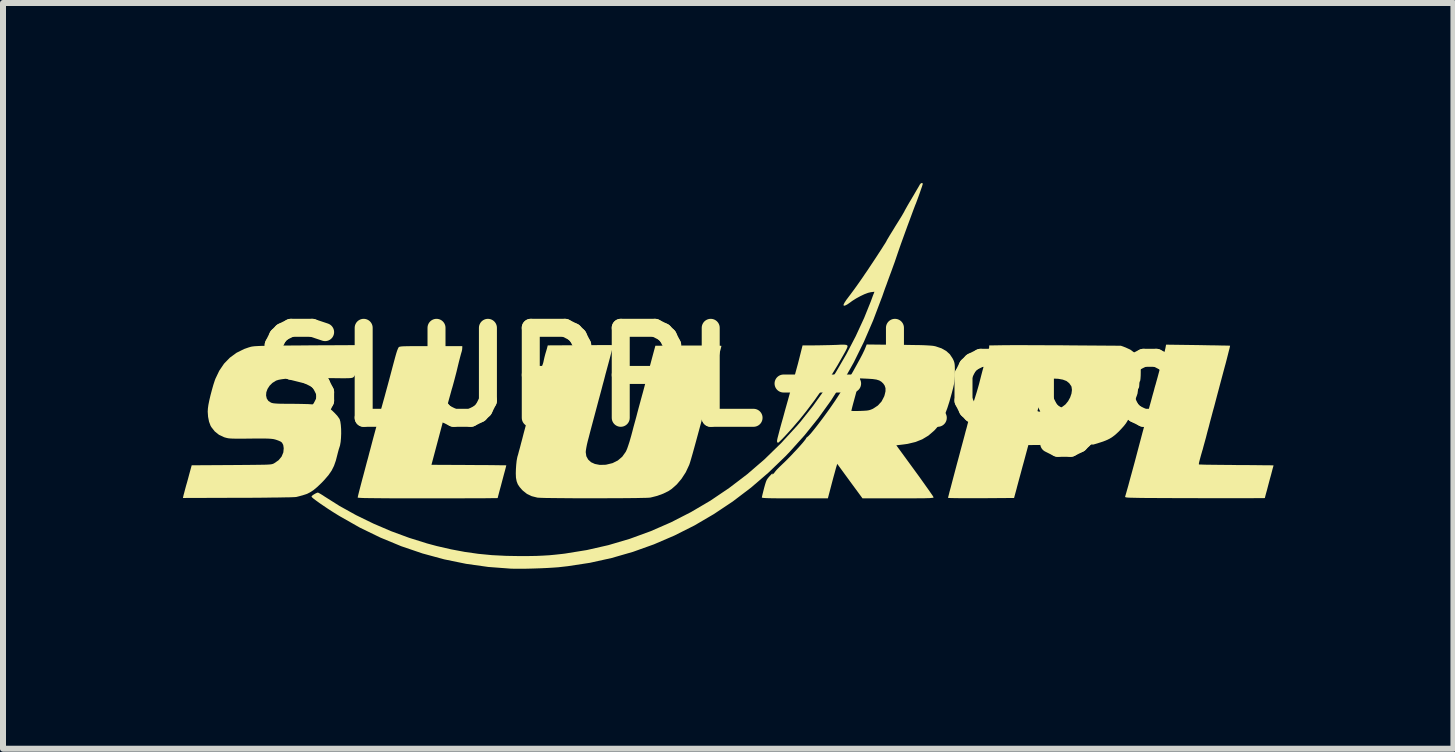
<source format=kicad_pcb>
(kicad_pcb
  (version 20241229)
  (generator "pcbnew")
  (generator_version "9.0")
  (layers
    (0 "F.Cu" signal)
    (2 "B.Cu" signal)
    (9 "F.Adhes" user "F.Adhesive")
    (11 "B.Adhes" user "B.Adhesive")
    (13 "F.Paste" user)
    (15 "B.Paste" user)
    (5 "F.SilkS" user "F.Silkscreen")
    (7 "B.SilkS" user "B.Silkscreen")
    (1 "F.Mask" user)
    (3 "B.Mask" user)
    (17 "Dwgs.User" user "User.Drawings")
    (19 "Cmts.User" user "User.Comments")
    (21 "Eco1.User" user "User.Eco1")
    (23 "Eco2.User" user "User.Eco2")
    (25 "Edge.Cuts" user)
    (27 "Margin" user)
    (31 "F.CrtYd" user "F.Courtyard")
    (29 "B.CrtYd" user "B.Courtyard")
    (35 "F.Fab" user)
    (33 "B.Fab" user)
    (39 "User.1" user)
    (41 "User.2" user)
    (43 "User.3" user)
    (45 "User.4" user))
  (footprint "SLURPL-Logo"
    (layer "F.Cu")
    (at 9.013 3.237)
    (property "Reference" "SLURPL-Logo" (at 0 0 0) (layer "F.SilkS") (effects (font (size 1.5 1.5) (thickness 0.3))))
    (attr board_only exclude_from_pos_files exclude_from_bom)
    (fp_poly (pts (xy 2.047 -0.537) (xy 2.065 -0.526) (xy 2.066 -0.505) (xy 2.053 -0.473) (xy 2.029 -0.426) (xy 2.008 -0.388) (xy 1.902 -0.201) (xy 1.782 -0.005) (xy 1.652 0.193) (xy 1.516 0.386) (xy 1.379 0.568) (xy 1.27 0.704) (xy 1.213 0.77) (xy 1.156 0.837) (xy 1.099 0.901) (xy 1.045 0.96) (xy 0.997 1.011) (xy 0.957 1.052) (xy 0.927 1.081) (xy 0.91 1.094) (xy 0.907 1.095) (xy 0.894 1.085) (xy 0.891 1.068) (xy 0.892 1.057) (xy 0.895 1.039) (xy 0.901 1.011) (xy 0.911 0.973) (xy 0.924 0.923) (xy 0.941 0.858) (xy 0.963 0.777) (xy 0.991 0.679) (xy 1.023 0.561) (xy 1.062 0.422) (xy 1.071 0.391) (xy 1.11 0.249) (xy 1.144 0.127) (xy 1.173 0.023) (xy 1.197 -0.067) (xy 1.218 -0.144) (xy 1.237 -0.213) (xy 1.253 -0.275) (xy 1.268 -0.334) (xy 1.277 -0.37) (xy 1.317 -0.529) (xy 1.504 -0.529) (xy 1.59 -0.53) (xy 1.687 -0.532) (xy 1.786 -0.534) (xy 1.874 -0.537) (xy 1.88 -0.537) (xy 1.957 -0.541) (xy 2.012 -0.541)) (stroke (width 0) (type solid)) (fill yes) (layer "F.SilkS"))
    (fp_poly (pts (xy -4.356 -0.489) (xy -4.359 -0.456) (xy -4.366 -0.426) (xy -4.378 -0.386) (xy -4.393 -0.329) (xy -4.411 -0.26) (xy -4.429 -0.186) (xy -4.447 -0.111) (xy -4.452 -0.09) (xy -4.466 -0.036) (xy -4.484 0.033) (xy -4.504 0.107) (xy -4.524 0.179) (xy -4.525 0.18) (xy -4.538 0.226) (xy -4.556 0.292) (xy -4.579 0.374) (xy -4.605 0.47) (xy -4.634 0.577) (xy -4.665 0.69) (xy -4.696 0.808) (xy -4.721 0.902) (xy -4.87 1.462) (xy -4.246 1.465) (xy -4.126 1.466) (xy -4.013 1.466) (xy -3.911 1.467) (xy -3.82 1.468) (xy -3.744 1.469) (xy -3.684 1.47) (xy -3.643 1.47) (xy -3.623 1.471) (xy -3.622 1.471) (xy -3.625 1.483) (xy -3.633 1.515) (xy -3.646 1.564) (xy -3.663 1.626) (xy -3.682 1.698) (xy -3.694 1.743) (xy -3.714 1.819) (xy -3.733 1.888) (xy -3.748 1.945) (xy -3.759 1.987) (xy -3.765 2.012) (xy -3.766 2.016) (xy -3.778 2.017) (xy -3.812 2.018) (xy -3.867 2.018) (xy -3.941 2.019) (xy -4.033 2.02) (xy -4.14 2.02) (xy -4.262 2.02) (xy -4.397 2.021) (xy -4.542 2.021) (xy -4.697 2.021) (xy -4.859 2.021) (xy -4.933 2.021) (xy -5.14 2.021) (xy -5.323 2.021) (xy -5.485 2.021) (xy -5.625 2.02) (xy -5.745 2.019) (xy -5.845 2.018) (xy -5.928 2.017) (xy -5.993 2.016) (xy -6.042 2.014) (xy -6.076 2.012) (xy -6.095 2.01) (xy -6.1 2.008) (xy -6.097 1.993) (xy -6.089 1.958) (xy -6.076 1.906) (xy -6.059 1.84) (xy -6.039 1.764) (xy -6.017 1.68) (xy -6.015 1.674) (xy -5.991 1.584) (xy -5.968 1.497) (xy -5.947 1.417) (xy -5.928 1.349) (xy -5.914 1.295) (xy -5.906 1.263) (xy -5.888 1.197) (xy -5.867 1.117) (xy -5.843 1.026) (xy -5.817 0.93) (xy -5.79 0.831) (xy -5.764 0.733) (xy -5.739 0.641) (xy -5.716 0.557) (xy -5.696 0.486) (xy -5.681 0.432) (xy -5.673 0.403) (xy -5.653 0.332) (xy -5.628 0.239) (xy -5.596 0.122) (xy -5.559 -0.016) (xy -5.517 -0.175) (xy -5.475 -0.331) (xy -5.459 -0.388) (xy -5.443 -0.439) (xy -5.428 -0.476) (xy -5.418 -0.496) (xy -5.418 -0.496) (xy -5.412 -0.501) (xy -5.402 -0.506) (xy -5.387 -0.509) (xy -5.364 -0.512) (xy -5.331 -0.514) (xy -5.286 -0.515) (xy -5.227 -0.516) (xy -5.151 -0.517) (xy -5.057 -0.517) (xy -4.941 -0.517) (xy -4.877 -0.517) (xy -4.356 -0.517)) (stroke (width 0) (type solid)) (fill yes) (layer "F.SilkS"))
    (fp_poly (pts (xy 7.909 -0.534) (xy 8.019 -0.532) (xy 8.122 -0.53) (xy 8.215 -0.529) (xy 8.296 -0.527) (xy 8.361 -0.526) (xy 8.409 -0.525) (xy 8.438 -0.524) (xy 8.444 -0.523) (xy 8.442 -0.511) (xy 8.435 -0.479) (xy 8.422 -0.43) (xy 8.406 -0.366) (xy 8.387 -0.291) (xy 8.365 -0.207) (xy 8.362 -0.197) (xy 8.335 -0.097) (xy 8.307 0.008) (xy 8.279 0.113) (xy 8.253 0.211) (xy 8.23 0.297) (xy 8.218 0.343) (xy 8.198 0.419) (xy 8.178 0.495) (xy 8.159 0.563) (xy 8.144 0.619) (xy 8.136 0.65) (xy 8.124 0.694) (xy 8.108 0.754) (xy 8.09 0.825) (xy 8.07 0.898) (xy 8.061 0.932) (xy 8.042 1.007) (xy 8.021 1.083) (xy 8.002 1.152) (xy 7.987 1.209) (xy 7.981 1.227) (xy 7.958 1.307) (xy 7.942 1.366) (xy 7.931 1.408) (xy 7.925 1.436) (xy 7.924 1.451) (xy 7.925 1.456) (xy 7.938 1.457) (xy 7.973 1.458) (xy 8.027 1.46) (xy 8.098 1.461) (xy 8.185 1.462) (xy 8.284 1.463) (xy 8.393 1.464) (xy 8.511 1.465) (xy 8.55 1.466) (xy 8.669 1.466) (xy 8.781 1.467) (xy 8.883 1.468) (xy 8.973 1.469) (xy 9.049 1.47) (xy 9.108 1.47) (xy 9.148 1.471) (xy 9.167 1.472) (xy 9.169 1.472) (xy 9.166 1.484) (xy 9.157 1.515) (xy 9.144 1.564) (xy 9.128 1.626) (xy 9.108 1.698) (xy 9.096 1.743) (xy 9.076 1.819) (xy 9.058 1.888) (xy 9.042 1.945) (xy 9.031 1.987) (xy 9.025 2.012) (xy 9.024 2.016) (xy 9.012 2.017) (xy 8.979 2.018) (xy 8.925 2.018) (xy 8.854 2.018) (xy 8.766 2.019) (xy 8.665 2.019) (xy 8.552 2.019) (xy 8.429 2.019) (xy 8.299 2.019) (xy 8.163 2.019) (xy 8.024 2.019) (xy 7.883 2.018) (xy 7.743 2.018) (xy 7.606 2.018) (xy 7.473 2.017) (xy 7.347 2.017) (xy 7.23 2.016) (xy 7.123 2.015) (xy 7.03 2.015) (xy 6.951 2.014) (xy 6.89 2.013) (xy 6.86 2.012) (xy 6.793 2.011) (xy 6.746 2.009) (xy 6.716 2.006) (xy 6.7 2.002) (xy 6.694 1.996) (xy 6.696 1.988) (xy 6.701 1.971) (xy 6.711 1.937) (xy 6.726 1.883) (xy 6.747 1.81) (xy 6.772 1.716) (xy 6.804 1.6) (xy 6.84 1.468) (xy 6.856 1.409) (xy 6.875 1.337) (xy 6.895 1.261) (xy 6.912 1.197) (xy 6.932 1.121) (xy 6.956 1.031) (xy 6.982 0.932) (xy 7.011 0.826) (xy 7.04 0.716) (xy 7.07 0.607) (xy 7.098 0.5) (xy 7.126 0.4) (xy 7.15 0.31) (xy 7.172 0.233) (xy 7.188 0.171) (xy 7.2 0.13) (xy 7.202 0.125) (xy 7.216 0.073) (xy 7.235 0.006) (xy 7.255 -0.069) (xy 7.275 -0.144) (xy 7.28 -0.163) (xy 7.297 -0.23) (xy 7.314 -0.294) (xy 7.329 -0.348) (xy 7.34 -0.387) (xy 7.344 -0.397) (xy 7.357 -0.442) (xy 7.367 -0.486) (xy 7.369 -0.496) (xy 7.377 -0.541)) (stroke (width 0) (type solid)) (fill yes) (layer "F.SilkS"))
    (fp_poly (pts (xy 5.015 -0.533) (xy 5.139 -0.532) (xy 5.274 -0.532) (xy 5.416 -0.531) (xy 5.562 -0.531) (xy 5.711 -0.53) (xy 5.775 -0.529) (xy 6.624 -0.523) (xy 6.7 -0.495) (xy 6.781 -0.458) (xy 6.843 -0.412) (xy 6.891 -0.354) (xy 6.915 -0.313) (xy 6.932 -0.279) (xy 6.943 -0.251) (xy 6.95 -0.223) (xy 6.953 -0.188) (xy 6.954 -0.14) (xy 6.955 -0.088) (xy 6.954 -0.027) (xy 6.951 0.021) (xy 6.947 0.054) (xy 6.943 0.066) (xy 6.935 0.082) (xy 6.931 0.112) (xy 6.931 0.126) (xy 6.928 0.16) (xy 6.922 0.183) (xy 6.919 0.186) (xy 6.91 0.202) (xy 6.907 0.232) (xy 6.906 0.236) (xy 6.901 0.274) (xy 6.887 0.316) (xy 6.882 0.328) (xy 6.867 0.37) (xy 6.859 0.413) (xy 6.858 0.423) (xy 6.855 0.454) (xy 6.848 0.474) (xy 6.846 0.475) (xy 6.836 0.492) (xy 6.834 0.505) (xy 6.829 0.529) (xy 6.816 0.563) (xy 6.811 0.573) (xy 6.792 0.611) (xy 6.769 0.658) (xy 6.757 0.684) (xy 6.733 0.731) (xy 6.708 0.771) (xy 6.677 0.811) (xy 6.637 0.856) (xy 6.588 0.908) (xy 6.527 0.964) (xy 6.469 1.007) (xy 6.406 1.042) (xy 6.33 1.073) (xy 6.275 1.091) (xy 6.167 1.124) (xy 5.624 1.128) (xy 5.081 1.133) (xy 5.006 1.412) (xy 4.981 1.502) (xy 4.956 1.596) (xy 4.931 1.687) (xy 4.909 1.769) (xy 4.891 1.836) (xy 4.887 1.853) (xy 4.843 2.015) (xy 4.292 2.019) (xy 4.18 2.019) (xy 4.075 2.019) (xy 3.981 2.019) (xy 3.898 2.018) (xy 3.831 2.017) (xy 3.781 2.016) (xy 3.751 2.014) (xy 3.742 2.013) (xy 3.745 1.999) (xy 3.754 1.965) (xy 3.767 1.912) (xy 3.786 1.843) (xy 3.808 1.759) (xy 3.833 1.664) (xy 3.861 1.558) (xy 3.891 1.445) (xy 3.923 1.327) (xy 3.955 1.206) (xy 3.988 1.084) (xy 4.018 0.972) (xy 4.034 0.91) (xy 4.053 0.842) (xy 4.067 0.787) (xy 4.096 0.681) (xy 4.119 0.595) (xy 4.127 0.566) (xy 5.234 0.566) (xy 5.245 0.573) (xy 5.276 0.576) (xy 5.323 0.576) (xy 5.381 0.573) (xy 5.446 0.566) (xy 5.448 0.565) (xy 5.544 0.546) (xy 5.623 0.513) (xy 5.689 0.464) (xy 5.7 0.455) (xy 5.744 0.401) (xy 5.778 0.339) (xy 5.8 0.275) (xy 5.808 0.214) (xy 5.801 0.162) (xy 5.795 0.148) (xy 5.762 0.101) (xy 5.717 0.065) (xy 5.656 0.042) (xy 5.578 0.028) (xy 5.481 0.024) (xy 5.38 0.024) (xy 5.368 0.063) (xy 5.36 0.09) (xy 5.347 0.133) (xy 5.332 0.189) (xy 5.315 0.252) (xy 5.297 0.319) (xy 5.28 0.386) (xy 5.263 0.448) (xy 5.25 0.501) (xy 5.24 0.54) (xy 5.234 0.563) (xy 5.234 0.566) (xy 4.127 0.566) (xy 4.138 0.526) (xy 4.154 0.469) (xy 4.167 0.423) (xy 4.179 0.382) (xy 4.191 0.345) (xy 4.199 0.319) (xy 4.219 0.255) (xy 4.24 0.183) (xy 4.258 0.119) (xy 4.261 0.108) (xy 4.291 -0.01) (xy 4.316 -0.106) (xy 4.337 -0.181) (xy 4.352 -0.237) (xy 4.36 -0.265) (xy 4.373 -0.309) (xy 4.385 -0.361) (xy 4.391 -0.388) (xy 4.401 -0.426) (xy 4.41 -0.454) (xy 4.417 -0.464) (xy 4.425 -0.48) (xy 4.428 -0.499) (xy 4.428 -0.528) (xy 4.678 -0.532) (xy 4.733 -0.532) (xy 4.809 -0.533) (xy 4.904 -0.533)) (stroke (width 0) (type solid)) (fill yes) (layer "F.SilkS"))
    (fp_poly (pts (xy 2.923 -0.538) (xy 3.056 -0.537) (xy 3.167 -0.535) (xy 3.259 -0.534) (xy 3.334 -0.532) (xy 3.393 -0.529) (xy 3.441 -0.526) (xy 3.478 -0.523) (xy 3.507 -0.519) (xy 3.53 -0.514) (xy 3.535 -0.513) (xy 3.633 -0.48) (xy 3.711 -0.436) (xy 3.773 -0.38) (xy 3.819 -0.31) (xy 3.823 -0.303) (xy 3.837 -0.273) (xy 3.846 -0.247) (xy 3.852 -0.218) (xy 3.855 -0.182) (xy 3.856 -0.131) (xy 3.856 -0.078) (xy 3.855 -0.017) (xy 3.853 0.033) (xy 3.848 0.077) (xy 3.84 0.123) (xy 3.828 0.177) (xy 3.81 0.246) (xy 3.804 0.269) (xy 3.767 0.402) (xy 3.731 0.515) (xy 3.695 0.611) (xy 3.658 0.692) (xy 3.618 0.762) (xy 3.573 0.823) (xy 3.523 0.88) (xy 3.508 0.895) (xy 3.415 0.975) (xy 3.312 1.037) (xy 3.198 1.082) (xy 3.069 1.113) (xy 3.005 1.122) (xy 2.88 1.137) (xy 3.191 1.563) (xy 3.256 1.652) (xy 3.316 1.736) (xy 3.37 1.812) (xy 3.417 1.878) (xy 3.455 1.933) (xy 3.483 1.973) (xy 3.498 1.998) (xy 3.501 2.005) (xy 3.498 2.009) (xy 3.488 2.012) (xy 3.467 2.014) (xy 3.436 2.017) (xy 3.392 2.018) (xy 3.333 2.02) (xy 3.257 2.02) (xy 3.162 2.021) (xy 3.047 2.021) (xy 2.91 2.021) (xy 2.908 2.021) (xy 2.316 2.021) (xy 2.105 1.734) (xy 1.895 1.446) (xy 1.876 1.508) (xy 1.867 1.54) (xy 1.854 1.589) (xy 1.836 1.653) (xy 1.817 1.724) (xy 1.798 1.796) (xy 1.739 2.021) (xy 1.188 2.021) (xy 1.051 2.021) (xy 0.936 2.021) (xy 0.842 2.02) (xy 0.768 2.019) (xy 0.712 2.017) (xy 0.673 2.015) (xy 0.649 2.012) (xy 0.638 2.008) (xy 0.638 2.007) (xy 0.641 1.991) (xy 0.649 1.956) (xy 0.661 1.908) (xy 0.675 1.852) (xy 0.675 1.852) (xy 0.692 1.791) (xy 0.706 1.747) (xy 0.719 1.715) (xy 0.736 1.689) (xy 0.758 1.662) (xy 0.773 1.646) (xy 0.799 1.619) (xy 0.816 1.603) (xy 0.819 1.601) (xy 0.818 1.604) (xy 0.809 1.619) (xy 0.816 1.62) (xy 0.821 1.618) (xy 0.84 1.603) (xy 0.854 1.583) (xy 0.869 1.564) (xy 0.897 1.533) (xy 0.935 1.495) (xy 0.979 1.453) (xy 0.981 1.451) (xy 1.023 1.411) (xy 1.072 1.362) (xy 1.124 1.309) (xy 1.177 1.252) (xy 1.229 1.197) (xy 1.277 1.144) (xy 1.318 1.097) (xy 1.349 1.059) (xy 1.369 1.033) (xy 1.375 1.022) (xy 1.382 1.009) (xy 1.395 0.999) (xy 1.414 0.983) (xy 1.446 0.949) (xy 1.487 0.9) (xy 1.536 0.839) (xy 1.59 0.769) (xy 1.649 0.691) (xy 1.709 0.609) (xy 1.743 0.562) (xy 2.13 0.562) (xy 2.141 0.564) (xy 2.172 0.565) (xy 2.217 0.565) (xy 2.273 0.564) (xy 2.277 0.564) (xy 2.342 0.561) (xy 2.389 0.558) (xy 2.424 0.552) (xy 2.454 0.543) (xy 2.485 0.53) (xy 2.493 0.526) (xy 2.572 0.474) (xy 2.634 0.406) (xy 2.677 0.323) (xy 2.684 0.302) (xy 2.7 0.236) (xy 2.7 0.184) (xy 2.685 0.14) (xy 2.663 0.108) (xy 2.632 0.078) (xy 2.596 0.056) (xy 2.548 0.041) (xy 2.485 0.032) (xy 2.41 0.027) (xy 2.276 0.021) (xy 2.257 0.086) (xy 2.245 0.128) (xy 2.231 0.182) (xy 2.214 0.244) (xy 2.196 0.311) (xy 2.178 0.377) (xy 2.161 0.439) (xy 2.147 0.492) (xy 2.137 0.533) (xy 2.131 0.557) (xy 2.13 0.562) (xy 1.743 0.562) (xy 1.769 0.526) (xy 1.827 0.442) (xy 1.862 0.391) (xy 1.919 0.303) (xy 1.98 0.207) (xy 2.042 0.104) (xy 2.105 -0.001) (xy 2.165 -0.106) (xy 2.221 -0.207) (xy 2.272 -0.3) (xy 2.315 -0.382) (xy 2.348 -0.45) (xy 2.365 -0.491) (xy 2.386 -0.544)) (stroke (width 0) (type solid)) (fill yes) (layer "F.SilkS"))
    (fp_poly (pts (xy 3.319 -3.23) (xy 3.321 -3.222) (xy 3.317 -3.207) (xy 3.307 -3.174) (xy 3.291 -3.129) (xy 3.273 -3.076) (xy 3.253 -3.02) (xy 3.233 -2.966) (xy 3.216 -2.92) (xy 3.203 -2.886) (xy 3.201 -2.882) (xy 3.191 -2.857) (xy 3.177 -2.82) (xy 3.166 -2.791) (xy 3.111 -2.642) (xy 3.063 -2.513) (xy 3.023 -2.403) (xy 2.989 -2.309) (xy 2.96 -2.229) (xy 2.936 -2.161) (xy 2.916 -2.103) (xy 2.899 -2.054) (xy 2.894 -2.039) (xy 2.877 -1.989) (xy 2.854 -1.921) (xy 2.826 -1.844) (xy 2.797 -1.764) (xy 2.768 -1.686) (xy 2.743 -1.618) (xy 2.732 -1.588) (xy 2.715 -1.54) (xy 2.692 -1.479) (xy 2.667 -1.408) (xy 2.641 -1.333) (xy 2.637 -1.324) (xy 2.493 -0.944) (xy 2.338 -0.585) (xy 2.17 -0.244) (xy 1.988 0.08) (xy 1.791 0.39) (xy 1.578 0.686) (xy 1.349 0.971) (xy 1.102 1.246) (xy 1.03 1.321) (xy 0.75 1.591) (xy 0.458 1.842) (xy 0.154 2.073) (xy -0.161 2.283) (xy -0.485 2.473) (xy -0.819 2.641) (xy -1.161 2.788) (xy -1.51 2.913) (xy -1.867 3.016) (xy -2.229 3.096) (xy -2.596 3.152) (xy -2.755 3.17) (xy -2.84 3.176) (xy -2.94 3.182) (xy -3.05 3.187) (xy -3.166 3.191) (xy -3.279 3.194) (xy -3.386 3.195) (xy -3.48 3.195) (xy -3.55 3.193) (xy -3.922 3.165) (xy -4.292 3.113) (xy -4.658 3.038) (xy -5.019 2.94) (xy -5.374 2.819) (xy -5.722 2.675) (xy -6.064 2.509) (xy -6.397 2.32) (xy -6.435 2.297) (xy -6.517 2.246) (xy -6.596 2.195) (xy -6.67 2.145) (xy -6.736 2.1) (xy -6.791 2.06) (xy -6.834 2.028) (xy -6.861 2.004) (xy -6.87 1.992) (xy -6.861 1.978) (xy -6.837 1.96) (xy -6.807 1.942) (xy -6.779 1.929) (xy -6.763 1.925) (xy -6.747 1.932) (xy -6.717 1.949) (xy -6.678 1.973) (xy -6.656 1.988) (xy -6.401 2.149) (xy -6.127 2.301) (xy -5.84 2.441) (xy -5.544 2.568) (xy -5.243 2.679) (xy -4.943 2.773) (xy -4.783 2.816) (xy -4.544 2.871) (xy -4.315 2.914) (xy -4.09 2.946) (xy -3.862 2.968) (xy -3.624 2.98) (xy -3.381 2.984) (xy -3.242 2.983) (xy -3.12 2.981) (xy -3.011 2.976) (xy -2.907 2.97) (xy -2.803 2.96) (xy -2.693 2.948) (xy -2.644 2.942) (xy -2.279 2.883) (xy -1.919 2.801) (xy -1.564 2.696) (xy -1.216 2.569) (xy -0.875 2.42) (xy -0.543 2.25) (xy -0.22 2.06) (xy 0.092 1.849) (xy 0.394 1.619) (xy 0.683 1.37) (xy 0.958 1.102) (xy 1.22 0.817) (xy 1.286 0.74) (xy 1.49 0.482) (xy 1.687 0.206) (xy 1.873 -0.082) (xy 2.046 -0.38) (xy 2.203 -0.682) (xy 2.343 -0.985) (xy 2.454 -1.26) (xy 2.472 -1.309) (xy 2.488 -1.353) (xy 2.5 -1.384) (xy 2.502 -1.388) (xy 2.515 -1.423) (xy 2.456 -1.416) (xy 2.409 -1.405) (xy 2.348 -1.382) (xy 2.281 -1.35) (xy 2.211 -1.312) (xy 2.146 -1.271) (xy 2.112 -1.246) (xy 2.06 -1.21) (xy 2.023 -1.192) (xy 2.003 -1.191) (xy 2 -1.207) (xy 2.015 -1.239) (xy 2.047 -1.288) (xy 2.057 -1.301) (xy 2.116 -1.379) (xy 2.184 -1.471) (xy 2.256 -1.572) (xy 2.327 -1.674) (xy 2.35 -1.709) (xy 2.397 -1.777) (xy 2.446 -1.851) (xy 2.496 -1.926) (xy 2.545 -2) (xy 2.591 -2.071) (xy 2.633 -2.135) (xy 2.668 -2.191) (xy 2.696 -2.234) (xy 2.713 -2.263) (xy 2.719 -2.275) (xy 2.725 -2.287) (xy 2.743 -2.317) (xy 2.769 -2.361) (xy 2.803 -2.416) (xy 2.842 -2.479) (xy 2.861 -2.511) (xy 2.903 -2.578) (xy 2.941 -2.639) (xy 2.973 -2.691) (xy 2.996 -2.731) (xy 3.01 -2.755) (xy 3.012 -2.759) (xy 3.02 -2.776) (xy 3.039 -2.81) (xy 3.066 -2.858) (xy 3.099 -2.915) (xy 3.137 -2.978) (xy 3.139 -2.982) (xy 3.177 -3.046) (xy 3.211 -3.105) (xy 3.24 -3.154) (xy 3.261 -3.19) (xy 3.271 -3.209) (xy 3.272 -3.21) (xy 3.288 -3.229) (xy 3.306 -3.237)) (stroke (width 0) (type solid)) (fill yes) (layer "F.SilkS"))
    (fp_poly (pts (xy -1.88 -0.534) (xy -1.851 -0.533) (xy -1.843 -0.533) (xy -1.844 -0.521) (xy -1.851 -0.49) (xy -1.863 -0.442) (xy -1.879 -0.382) (xy -1.897 -0.312) (xy -1.901 -0.298) (xy -1.923 -0.216) (xy -1.946 -0.131) (xy -1.968 -0.05) (xy -1.986 0.02) (xy -1.998 0.066) (xy -2.015 0.128) (xy -2.035 0.205) (xy -2.057 0.287) (xy -2.078 0.365) (xy -2.082 0.379) (xy -2.117 0.511) (xy -2.153 0.646) (xy -2.188 0.777) (xy -2.221 0.901) (xy -2.249 1.009) (xy -2.264 1.065) (xy -2.278 1.124) (xy -2.289 1.181) (xy -2.296 1.227) (xy -2.298 1.251) (xy -2.288 1.319) (xy -2.257 1.375) (xy -2.209 1.419) (xy -2.145 1.448) (xy -2.067 1.463) (xy -1.977 1.462) (xy -1.954 1.459) (xy -1.851 1.434) (xy -1.763 1.39) (xy -1.69 1.328) (xy -1.632 1.247) (xy -1.622 1.227) (xy -1.607 1.192) (xy -1.589 1.14) (xy -1.568 1.076) (xy -1.548 1.006) (xy -1.539 0.975) (xy -1.52 0.904) (xy -1.502 0.834) (xy -1.485 0.772) (xy -1.472 0.725) (xy -1.468 0.71) (xy -1.454 0.659) (xy -1.438 0.597) (xy -1.422 0.537) (xy -1.42 0.529) (xy -1.404 0.47) (xy -1.387 0.408) (xy -1.373 0.355) (xy -1.371 0.349) (xy -1.361 0.312) (xy -1.346 0.258) (xy -1.328 0.191) (xy -1.308 0.115) (xy -1.288 0.038) (xy -1.287 0.036) (xy -1.264 -0.05) (xy -1.24 -0.141) (xy -1.216 -0.23) (xy -1.195 -0.309) (xy -1.181 -0.361) (xy -1.137 -0.523) (xy -0.587 -0.527) (xy -0.474 -0.527) (xy -0.369 -0.527) (xy -0.275 -0.527) (xy -0.192 -0.526) (xy -0.125 -0.525) (xy -0.075 -0.524) (xy -0.045 -0.522) (xy -0.036 -0.521) (xy -0.039 -0.506) (xy -0.047 -0.473) (xy -0.059 -0.428) (xy -0.067 -0.397) (xy -0.082 -0.341) (xy -0.101 -0.271) (xy -0.121 -0.194) (xy -0.141 -0.119) (xy -0.144 -0.108) (xy -0.163 -0.038) (xy -0.181 0.033) (xy -0.199 0.098) (xy -0.212 0.148) (xy -0.214 0.156) (xy -0.229 0.21) (xy -0.246 0.275) (xy -0.264 0.342) (xy -0.271 0.367) (xy -0.323 0.565) (xy -0.371 0.745) (xy -0.415 0.907) (xy -0.454 1.051) (xy -0.488 1.175) (xy -0.517 1.279) (xy -0.541 1.362) (xy -0.559 1.423) (xy -0.572 1.461) (xy -0.575 1.468) (xy -0.63 1.586) (xy -0.7 1.694) (xy -0.779 1.788) (xy -0.866 1.865) (xy -0.917 1.899) (xy -1.006 1.943) (xy -1.107 1.98) (xy -1.21 2.006) (xy -1.227 2.009) (xy -1.253 2.011) (xy -1.299 2.013) (xy -1.365 2.014) (xy -1.448 2.016) (xy -1.545 2.017) (xy -1.655 2.018) (xy -1.773 2.019) (xy -1.899 2.019) (xy -2.03 2.02) (xy -2.164 2.02) (xy -2.297 2.02) (xy -2.428 2.02) (xy -2.554 2.019) (xy -2.673 2.018) (xy -2.783 2.017) (xy -2.88 2.016) (xy -2.963 2.015) (xy -3.03 2.013) (xy -3.077 2.011) (xy -3.103 2.009) (xy -3.104 2.009) (xy -3.199 1.985) (xy -3.278 1.947) (xy -3.346 1.893) (xy -3.359 1.88) (xy -3.401 1.832) (xy -3.431 1.786) (xy -3.45 1.736) (xy -3.461 1.678) (xy -3.464 1.605) (xy -3.462 1.536) (xy -3.457 1.462) (xy -3.45 1.395) (xy -3.44 1.341) (xy -3.436 1.324) (xy -3.426 1.292) (xy -3.413 1.241) (xy -3.395 1.177) (xy -3.376 1.103) (xy -3.355 1.025) (xy -3.35 1.005) (xy -3.33 0.927) (xy -3.31 0.853) (xy -3.293 0.789) (xy -3.279 0.737) (xy -3.27 0.704) (xy -3.268 0.698) (xy -3.257 0.66) (xy -3.242 0.608) (xy -3.227 0.554) (xy -3.225 0.547) (xy -3.211 0.5) (xy -3.198 0.458) (xy -3.19 0.431) (xy -3.188 0.427) (xy -3.179 0.401) (xy -3.169 0.365) (xy -3.156 0.314) (xy -3.152 0.301) (xy -3.144 0.265) (xy -3.13 0.214) (xy -3.115 0.155) (xy -3.099 0.097) (xy -3.085 0.045) (xy -3.079 0.024) (xy -3.061 -0.042) (xy -3.045 -0.107) (xy -3.036 -0.15) (xy -3.028 -0.18) (xy -3.021 -0.199) (xy -3.014 -0.216) (xy -3.004 -0.249) (xy -2.997 -0.283) (xy -2.987 -0.327) (xy -2.977 -0.366) (xy -2.972 -0.385) (xy -2.963 -0.415) (xy -2.951 -0.455) (xy -2.946 -0.472) (xy -2.931 -0.529) (xy -2.389 -0.532) (xy -2.277 -0.533) (xy -2.173 -0.533) (xy -2.079 -0.534) (xy -1.997 -0.534) (xy -1.93 -0.534)) (stroke (width 0) (type solid)) (fill yes) (layer "F.SilkS"))
    (fp_poly (pts (xy -6.148 -0.533) (xy -6.092 -0.532) (xy -6.055 -0.532) (xy -6.042 -0.531) (xy -6.024 -0.526) (xy -6.017 -0.513) (xy -6.019 -0.483) (xy -6.019 -0.481) (xy -6.029 -0.438) (xy -6.044 -0.398) (xy -6.045 -0.396) (xy -6.058 -0.359) (xy -6.064 -0.325) (xy -6.064 -0.324) (xy -6.068 -0.297) (xy -6.076 -0.283) (xy -6.084 -0.267) (xy -6.088 -0.238) (xy -6.088 -0.235) (xy -6.092 -0.205) (xy -6.099 -0.187) (xy -6.1 -0.186) (xy -6.109 -0.17) (xy -6.112 -0.148) (xy -6.119 -0.099) (xy -6.135 -0.05) (xy -6.158 -0.012) (xy -6.169 -0.00007) (xy -6.178 0.006) (xy -6.189 0.011) (xy -6.205 0.014) (xy -6.228 0.017) (xy -6.262 0.018) (xy -6.307 0.019) (xy -6.368 0.019) (xy -6.446 0.018) (xy -6.543 0.017) (xy -6.621 0.016) (xy -6.798 0.014) (xy -6.952 0.014) (xy -7.084 0.016) (xy -7.196 0.02) (xy -7.288 0.026) (xy -7.362 0.035) (xy -7.418 0.045) (xy -7.459 0.058) (xy -7.463 0.06) (xy -7.522 0.097) (xy -7.569 0.144) (xy -7.603 0.197) (xy -7.623 0.252) (xy -7.627 0.306) (xy -7.616 0.356) (xy -7.589 0.397) (xy -7.544 0.426) (xy -7.544 0.426) (xy -7.525 0.432) (xy -7.5 0.437) (xy -7.466 0.44) (xy -7.42 0.443) (xy -7.359 0.444) (xy -7.28 0.445) (xy -7.186 0.445) (xy -7.044 0.447) (xy -6.923 0.45) (xy -6.823 0.457) (xy -6.74 0.467) (xy -6.672 0.48) (xy -6.618 0.496) (xy -6.608 0.5) (xy -6.57 0.522) (xy -6.525 0.558) (xy -6.479 0.603) (xy -6.437 0.649) (xy -6.407 0.691) (xy -6.4 0.703) (xy -6.389 0.742) (xy -6.381 0.798) (xy -6.376 0.866) (xy -6.375 0.94) (xy -6.378 1.014) (xy -6.384 1.081) (xy -6.394 1.137) (xy -6.399 1.154) (xy -6.416 1.207) (xy -6.431 1.263) (xy -6.437 1.287) (xy -6.464 1.392) (xy -6.495 1.48) (xy -6.534 1.558) (xy -6.585 1.632) (xy -6.65 1.708) (xy -6.699 1.76) (xy -6.771 1.829) (xy -6.833 1.881) (xy -6.892 1.92) (xy -6.951 1.949) (xy -7.016 1.97) (xy -7.027 1.973) (xy -7.071 1.985) (xy -7.114 1.996) (xy -7.123 1.998) (xy -7.142 2) (xy -7.182 2.002) (xy -7.243 2.004) (xy -7.322 2.005) (xy -7.418 2.007) (xy -7.527 2.008) (xy -7.649 2.01) (xy -7.781 2.011) (xy -7.922 2.012) (xy -8.07 2.012) (xy -8.089 2.012) (xy -9.013 2.015) (xy -9.007 1.985) (xy -9.002 1.964) (xy -8.991 1.924) (xy -8.977 1.87) (xy -8.96 1.807) (xy -8.947 1.763) (xy -8.928 1.694) (xy -8.911 1.63) (xy -8.896 1.575) (xy -8.885 1.535) (xy -8.881 1.52) (xy -8.867 1.47) (xy -8.203 1.466) (xy -8.06 1.465) (xy -7.938 1.464) (xy -7.837 1.463) (xy -7.754 1.462) (xy -7.687 1.461) (xy -7.634 1.46) (xy -7.593 1.458) (xy -7.562 1.456) (xy -7.539 1.453) (xy -7.522 1.449) (xy -7.51 1.445) (xy -7.499 1.44) (xy -7.49 1.435) (xy -7.418 1.385) (xy -7.369 1.326) (xy -7.341 1.259) (xy -7.339 1.251) (xy -7.333 1.185) (xy -7.341 1.131) (xy -7.362 1.092) (xy -7.386 1.074) (xy -7.42 1.059) (xy -7.45 1.048) (xy -7.479 1.039) (xy -7.511 1.032) (xy -7.55 1.028) (xy -7.597 1.025) (xy -7.657 1.024) (xy -7.732 1.024) (xy -7.827 1.024) (xy -7.887 1.025) (xy -7.99 1.026) (xy -8.073 1.026) (xy -8.137 1.026) (xy -8.187 1.025) (xy -8.225 1.023) (xy -8.255 1.02) (xy -8.28 1.015) (xy -8.303 1.009) (xy -8.327 1.002) (xy -8.331 1) (xy -8.412 0.962) (xy -8.483 0.905) (xy -8.539 0.834) (xy -8.553 0.81) (xy -8.578 0.743) (xy -8.594 0.662) (xy -8.6 0.576) (xy -8.597 0.523) (xy -8.589 0.464) (xy -8.574 0.389) (xy -8.554 0.304) (xy -8.531 0.217) (xy -8.507 0.132) (xy -8.483 0.058) (xy -8.472 0.028) (xy -8.408 -0.106) (xy -8.328 -0.224) (xy -8.231 -0.324) (xy -8.119 -0.406) (xy -7.992 -0.469) (xy -7.917 -0.495) (xy -7.9 -0.5) (xy -7.883 -0.505) (xy -7.864 -0.509) (xy -7.843 -0.512) (xy -7.816 -0.515) (xy -7.783 -0.517) (xy -7.741 -0.519) (xy -7.689 -0.521) (xy -7.625 -0.522) (xy -7.546 -0.523) (xy -7.452 -0.525) (xy -7.341 -0.526) (xy -7.21 -0.527) (xy -7.058 -0.528) (xy -6.949 -0.529) (xy -6.805 -0.53) (xy -6.667 -0.531) (xy -6.539 -0.531) (xy -6.42 -0.532) (xy -6.315 -0.532) (xy -6.223 -0.533)) (stroke (width 0) (type solid)) (fill yes) (layer "F.SilkS")))
  (gr_rect
    (start -3 -3)
    (end 21.181 9.432)
    (stroke (width 0.1) (type default))
    (fill no)
    (layer "Edge.Cuts")))
</source>
